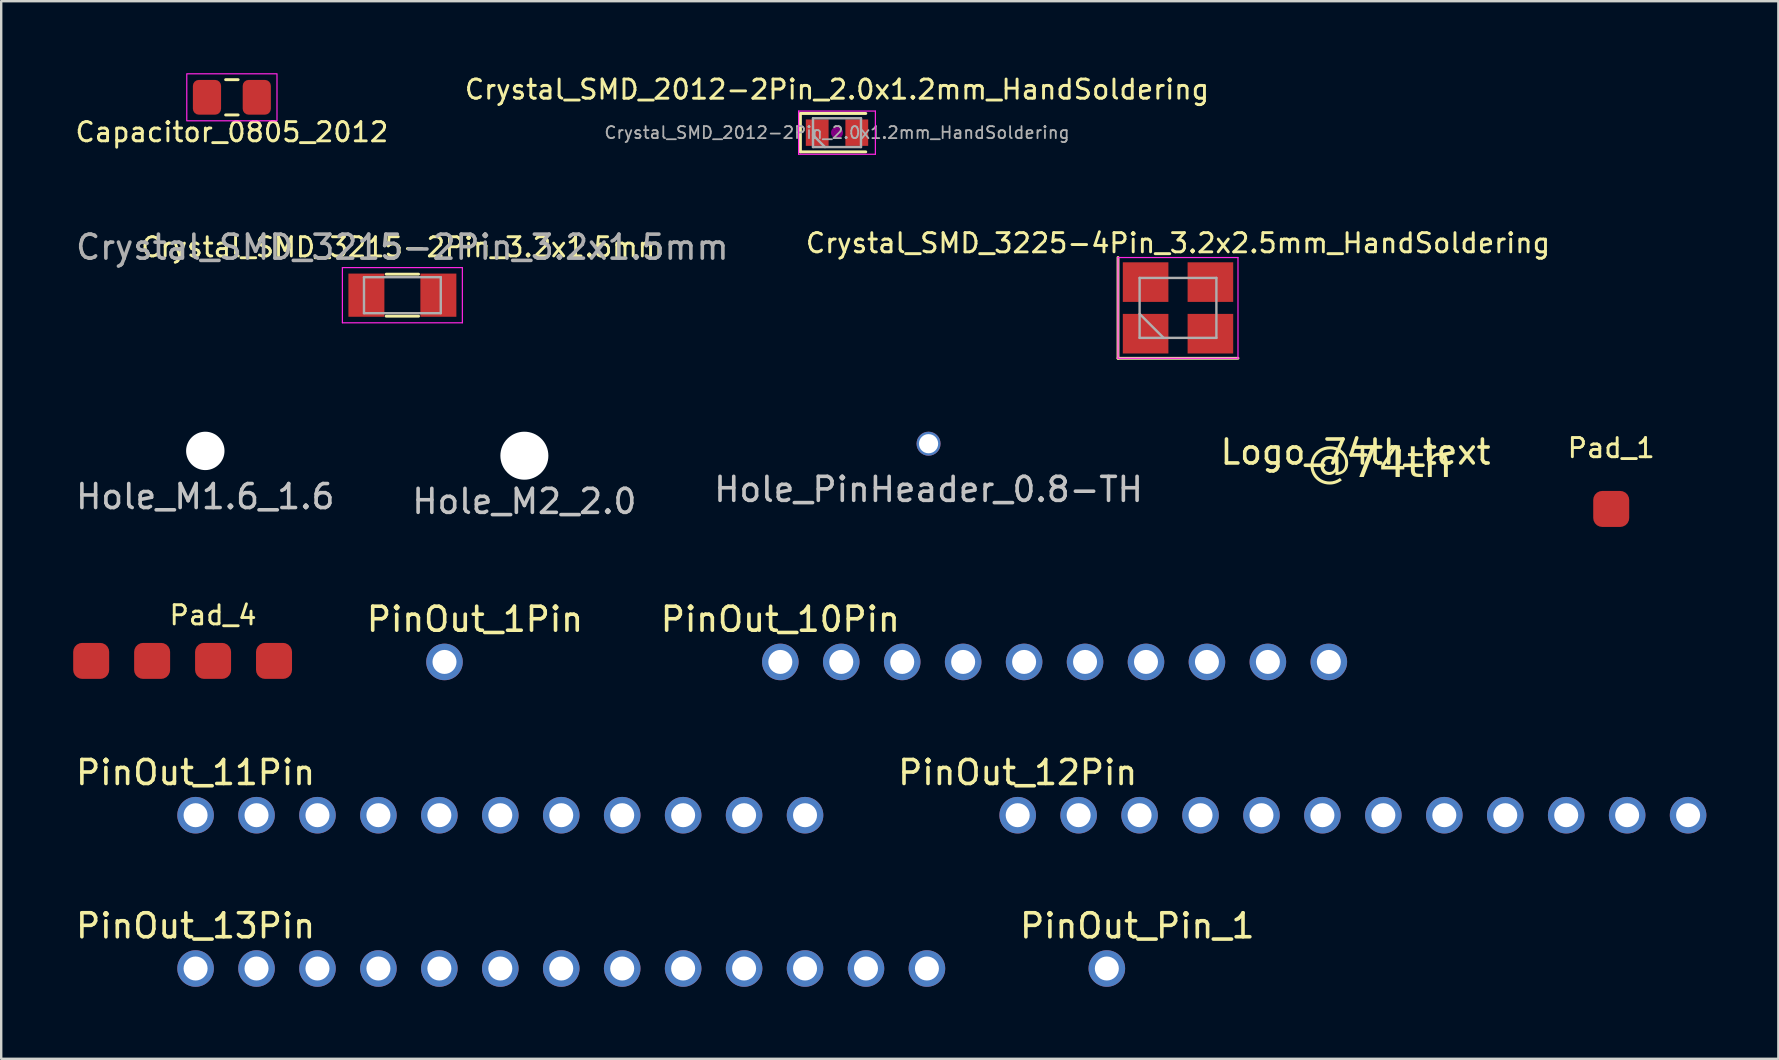
<source format=kicad_pcb>
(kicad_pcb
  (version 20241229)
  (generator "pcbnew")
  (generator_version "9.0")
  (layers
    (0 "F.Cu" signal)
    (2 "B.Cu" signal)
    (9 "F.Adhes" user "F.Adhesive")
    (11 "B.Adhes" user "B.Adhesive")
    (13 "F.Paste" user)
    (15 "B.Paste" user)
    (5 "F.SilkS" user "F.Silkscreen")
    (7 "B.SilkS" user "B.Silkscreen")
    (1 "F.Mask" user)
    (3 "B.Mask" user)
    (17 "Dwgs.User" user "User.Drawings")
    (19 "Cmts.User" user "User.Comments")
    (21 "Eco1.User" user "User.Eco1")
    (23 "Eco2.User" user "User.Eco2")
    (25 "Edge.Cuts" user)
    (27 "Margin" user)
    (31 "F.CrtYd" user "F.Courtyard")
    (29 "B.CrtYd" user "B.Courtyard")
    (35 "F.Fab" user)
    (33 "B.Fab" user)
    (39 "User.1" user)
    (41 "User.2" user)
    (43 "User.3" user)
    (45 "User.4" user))
  (footprint "Hole_M1.6_1.6"
    (layer "F.Cu")
    (at 5.506 15.742)
    (property "Reference" "Hole_M1.6_1.6" (at 0 1.905 0) (layer "Dwgs.User") (effects (font (size 1 1) (thickness 0.15))))
    (attr through_hole)
    (pad "" np_thru_hole circle (at 0 0) (size 1.6 1.6) (drill 1.6) (layers "*.Cu" "*.Mask")))
  (footprint "Crystal_SMD_2012-2Pin_2.0x1.2mm_HandSoldering"
    (layer "F.Cu")
    (at 31.833 2.479)
    (property "Reference" "Crystal_SMD_2012-2Pin_2.0x1.2mm_HandSoldering" (at 0 -1.8 0) (layer "F.SilkS") (effects (font (size 0.8 0.8) (thickness 0.12))))
    (attr smd)
    (fp_line (start -1.524 -0.8) (end -1.524 0.8) (stroke (width 0.12) (type solid)) (layer "F.SilkS"))
    (fp_line (start -1.524 0.8) (end 1.2 0.8) (stroke (width 0.12) (type solid)) (layer "F.SilkS"))
    (fp_line (start 1.2 -0.8) (end -1.524 -0.8) (stroke (width 0.12) (type solid)) (layer "F.SilkS"))
    (fp_circle (center 0 0) (end 0.047 0) (stroke (width 0.093) (type solid)) (fill no) (layer "F.Adhes"))
    (fp_circle (center 0 0) (end 0.107 0) (stroke (width 0.067) (type solid)) (fill no) (layer "F.Adhes"))
    (fp_circle (center 0 0) (end 0.167 0) (stroke (width 0.067) (type solid)) (fill no) (layer "F.Adhes"))
    (fp_circle (center 0 0) (end 0.2 0) (stroke (width 0.1) (type solid)) (fill no) (layer "F.Adhes"))
    (fp_line (start -1.6 -0.9) (end -1.6 0.9) (stroke (width 0.05) (type solid)) (layer "F.CrtYd"))
    (fp_line (start -1.6 0.9) (end 1.6 0.9) (stroke (width 0.05) (type solid)) (layer "F.CrtYd"))
    (fp_line (start 1.6 -0.9) (end -1.6 -0.9) (stroke (width 0.05) (type solid)) (layer "F.CrtYd"))
    (fp_line (start 1.6 0.9) (end 1.6 -0.9) (stroke (width 0.05) (type solid)) (layer "F.CrtYd"))
    (fp_line (start -1 -0.6) (end -1 0.6) (stroke (width 0.1) (type solid)) (layer "F.Fab"))
    (fp_line (start -1 0.1) (end -0.5 0.6) (stroke (width 0.1) (type solid)) (layer "F.Fab"))
    (fp_line (start -1 0.6) (end 1 0.6) (stroke (width 0.1) (type solid)) (layer "F.Fab"))
    (fp_line (start 1 -0.6) (end -1 -0.6) (stroke (width 0.1) (type solid)) (layer "F.Fab"))
    (fp_line (start 1 0.6) (end 1 -0.6) (stroke (width 0.1) (type solid)) (layer "F.Fab"))
    (fp_text user "${REFERENCE}" (at 0 0 0) (layer "F.Fab") (effects (font (size 0.5 0.5) (thickness 0.075))))
    (pad "1" smd rect (at -0.825 0) (size 0.95 1.1) (layers "F.Cu" "F.Mask" "F.Paste"))
    (pad "2" smd rect (at 0.825 0) (size 0.95 1.1) (layers "F.Cu" "F.Mask" "F.Paste")))
  (footprint "Capacitor_0805_2012"
    (layer "F.Cu")
    (at 6.614 1.005)
    (property "Reference" "Capacitor_0805_2012" (at 0 1.45 180) (layer "F.SilkS") (effects (font (size 0.8 0.8) (thickness 0.12))))
    (attr smd)
    (fp_line (start -0.261 -0.735) (end 0.261 -0.735) (stroke (width 0.12) (type solid)) (layer "F.SilkS"))
    (fp_line (start -0.261 0.735) (end 0.261 0.735) (stroke (width 0.12) (type solid)) (layer "F.SilkS"))
    (fp_rect (start -1.88 -0.98) (end 1.88 0.98) (stroke (width 0.05) (type default)) (fill no) (layer "F.CrtYd"))
    (pad "1" smd roundrect (at -1.038 0) (size 1.175 1.45) (layers "F.Cu" "F.Mask" "F.Paste") (roundrect_rratio 0.213))
    (pad "2" smd roundrect (at 1.038 0) (size 1.175 1.45) (layers "F.Cu" "F.Mask" "F.Paste") (roundrect_rratio 0.213)))
  (footprint "Crystal_SMD_3225-4Pin_3.2x2.5mm_HandSoldering"
    (layer "F.Cu")
    (at 46.045 9.782)
    (property "Reference" "Crystal_SMD_3225-4Pin_3.2x2.5mm_HandSoldering" (at 0 -2.7 0) (layer "F.SilkS") (effects (font (size 0.8 0.8) (thickness 0.12))))
    (attr smd)
    (fp_line (start -2.5 -2.1) (end -2.5 2.1) (stroke (width 0.12) (type solid)) (layer "F.SilkS"))
    (fp_line (start -2.5 2.1) (end 2.5 2.1) (stroke (width 0.12) (type solid)) (layer "F.SilkS"))
    (fp_line (start -2.5 -2.1) (end -2.5 2.1) (stroke (width 0.05) (type solid)) (layer "F.CrtYd"))
    (fp_line (start -2.5 2.1) (end 2.5 2.1) (stroke (width 0.05) (type solid)) (layer "F.CrtYd"))
    (fp_line (start 2.5 -2.1) (end -2.5 -2.1) (stroke (width 0.05) (type solid)) (layer "F.CrtYd"))
    (fp_line (start 2.5 2.1) (end 2.5 -2.1) (stroke (width 0.05) (type solid)) (layer "F.CrtYd"))
    (fp_line (start -1.6 -1.25) (end -1.6 1.25) (stroke (width 0.1) (type solid)) (layer "F.Fab"))
    (fp_line (start -1.6 0.25) (end -0.6 1.25) (stroke (width 0.1) (type solid)) (layer "F.Fab"))
    (fp_line (start -1.6 1.25) (end 1.6 1.25) (stroke (width 0.1) (type solid)) (layer "F.Fab"))
    (fp_line (start 1.6 -1.25) (end -1.6 -1.25) (stroke (width 0.1) (type solid)) (layer "F.Fab"))
    (fp_line (start 1.6 1.25) (end 1.6 -1.25) (stroke (width 0.1) (type solid)) (layer "F.Fab"))
    (pad "1" smd rect (at -1.35 1.075) (size 1.9 1.65) (layers "F.Cu" "F.Mask" "F.Paste"))
    (pad "2" smd rect (at 1.35 1.075) (size 1.9 1.65) (layers "F.Cu" "F.Mask" "F.Paste"))
    (pad "3" smd rect (at 1.35 -1.075) (size 1.9 1.65) (layers "F.Cu" "F.Mask" "F.Paste"))
    (pad "4" smd rect (at -1.35 -1.075) (size 1.9 1.65) (layers "F.Cu" "F.Mask" "F.Paste")))
  (footprint "PinOut_1Pin"
    (layer "F.Cu")
    (at 15.475 24.537)
    (property "Reference" "PinOut_1Pin" (at 1.27 -1.778 0) (layer "F.SilkS") (effects (font (size 1 1) (thickness 0.15))))
    (attr through_hole)
    (pad "1" thru_hole circle (at 0 0) (size 1.524 1.524) (drill 1) (layers "*.Cu" "*.Mask")))
  (footprint "PinOut_Pin_1"
    (layer "F.Cu")
    (at 43.079 37.314)
    (property "Reference" "PinOut_Pin_1" (at 1.27 -1.778 0) (layer "F.SilkS") (effects (font (size 1 1) (thickness 0.15))))
    (attr through_hole)
    (pad "1" thru_hole circle (at 0 0) (size 1.524 1.524) (drill 1) (layers "*.Cu" "*.Mask")))
  (footprint "PinOut_10Pin"
    (layer "F.Cu")
    (at 29.471 24.537)
    (property "Reference" "PinOut_10Pin" (at 0 -1.778 0) (layer "F.SilkS") (effects (font (size 1 1) (thickness 0.15))))
    (attr through_hole)
    (pad "1" thru_hole circle (at 0 0) (size 1.524 1.524) (drill 1) (layers "*.Cu" "*.Mask"))
    (pad "2" thru_hole circle (at 2.54 0) (size 1.524 1.524) (drill 1) (layers "*.Cu" "*.Mask"))
    (pad "3" thru_hole circle (at 5.08 0) (size 1.524 1.524) (drill 1) (layers "*.Cu" "*.Mask"))
    (pad "4" thru_hole circle (at 7.62 0) (size 1.524 1.524) (drill 1) (layers "*.Cu" "*.Mask"))
    (pad "5" thru_hole circle (at 10.16 0) (size 1.524 1.524) (drill 1) (layers "*.Cu" "*.Mask"))
    (pad "6" thru_hole circle (at 12.7 0) (size 1.524 1.524) (drill 1) (layers "*.Cu" "*.Mask"))
    (pad "7" thru_hole circle (at 15.24 0 270) (size 1.524 1.524) (drill 1) (layers "*.Cu" "*.Mask"))
    (pad "8" thru_hole circle (at 17.78 0) (size 1.524 1.524) (drill 1) (layers "*.Cu" "*.Mask"))
    (pad "9" thru_hole circle (at 20.32 0) (size 1.524 1.524) (drill 1) (layers "*.Cu" "*.Mask"))
    (pad "10" thru_hole circle (at 22.86 0) (size 1.524 1.524) (drill 1) (layers "*.Cu" "*.Mask")))
  (footprint "PinOut_13Pin"
    (layer "F.Cu")
    (at 5.101 37.314)
    (property "Reference" "PinOut_13Pin" (at 0 -1.778 0) (layer "F.SilkS") (effects (font (size 1 1) (thickness 0.15))))
    (attr through_hole)
    (pad "1" thru_hole circle (at 0 0) (size 1.524 1.524) (drill 1) (layers "*.Cu" "*.Mask"))
    (pad "2" thru_hole circle (at 2.54 0) (size 1.524 1.524) (drill 1) (layers "*.Cu" "*.Mask"))
    (pad "3" thru_hole circle (at 5.08 0) (size 1.524 1.524) (drill 1) (layers "*.Cu" "*.Mask"))
    (pad "4" thru_hole circle (at 7.62 0) (size 1.524 1.524) (drill 1) (layers "*.Cu" "*.Mask"))
    (pad "5" thru_hole circle (at 10.16 0) (size 1.524 1.524) (drill 1) (layers "*.Cu" "*.Mask"))
    (pad "6" thru_hole circle (at 12.7 0) (size 1.524 1.524) (drill 1) (layers "*.Cu" "*.Mask"))
    (pad "7" thru_hole circle (at 15.24 0 270) (size 1.524 1.524) (drill 1) (layers "*.Cu" "*.Mask"))
    (pad "8" thru_hole circle (at 17.78 0) (size 1.524 1.524) (drill 1) (layers "*.Cu" "*.Mask"))
    (pad "9" thru_hole circle (at 20.32 0) (size 1.524 1.524) (drill 1) (layers "*.Cu" "*.Mask"))
    (pad "10" thru_hole circle (at 22.86 0) (size 1.524 1.524) (drill 1) (layers "*.Cu" "*.Mask"))
    (pad "11" thru_hole circle (at 25.4 0) (size 1.524 1.524) (drill 1) (layers "*.Cu" "*.Mask"))
    (pad "12" thru_hole circle (at 27.94 0) (size 1.524 1.524) (drill 1) (layers "*.Cu" "*.Mask"))
    (pad "13" thru_hole circle (at 30.48 0) (size 1.524 1.524) (drill 1) (layers "*.Cu" "*.Mask")))
  (footprint "Crystal_SMD_3215-2Pin_3.2x1.5mm"
    (layer "F.Cu")
    (at 13.72 9.252)
    (property "Reference" "Crystal_SMD_3215-2Pin_3.2x1.5mm" (at 0 -2 0) (layer "F.SilkS") (effects (font (size 0.8 0.8) (thickness 0.12))))
    (attr smd)
    (fp_line (start -0.675 -0.875) (end 0.675 -0.875) (stroke (width 0.12) (type solid)) (layer "F.SilkS"))
    (fp_line (start -0.675 0.875) (end 0.675 0.875) (stroke (width 0.12) (type solid)) (layer "F.SilkS"))
    (fp_line (start -2.5 -1.15) (end -2.5 1.15) (stroke (width 0.05) (type solid)) (layer "F.CrtYd"))
    (fp_line (start -2.5 -1.15) (end 2.5 -1.15) (stroke (width 0.05) (type solid)) (layer "F.CrtYd"))
    (fp_line (start -2.5 1.15) (end 2.5 1.15) (stroke (width 0.05) (type solid)) (layer "F.CrtYd"))
    (fp_line (start 2.5 -1.15) (end 2.5 1.15) (stroke (width 0.05) (type solid)) (layer "F.CrtYd"))
    (fp_line (start -1.6 -0.75) (end -1.6 0.75) (stroke (width 0.1) (type solid)) (layer "F.Fab"))
    (fp_line (start -1.6 -0.75) (end 1.6 -0.75) (stroke (width 0.1) (type solid)) (layer "F.Fab"))
    (fp_line (start -1.6 0.75) (end 1.6 0.75) (stroke (width 0.1) (type solid)) (layer "F.Fab"))
    (fp_line (start 1.6 -0.75) (end 1.6 0.75) (stroke (width 0.1) (type solid)) (layer "F.Fab"))
    (fp_text user "${REFERENCE}" (at 0 -2 0) (layer "F.Fab") (effects (font (size 1 1) (thickness 0.15))))
    (pad "1" smd rect (at 1.5 0) (size 1.5 1.8) (layers "F.Cu" "F.Mask" "F.Paste"))
    (pad "2" smd rect (at -1.5 0) (size 1.5 1.8) (layers "F.Cu" "F.Mask" "F.Paste")))
  (footprint "Hole_M2_2.0"
    (layer "F.Cu")
    (at 18.804 15.942)
    (property "Reference" "Hole_M2_2.0" (at 0 1.905 0) (layer "Dwgs.User") (effects (font (size 1 1) (thickness 0.15))))
    (attr through_hole)
    (pad "" np_thru_hole circle (at 0 0) (size 2 2) (drill 2) (layers "*.Cu" "*.Mask")))
  (footprint "Hole_PinHeader_0.8-TH"
    (layer "F.Cu")
    (at 35.649 15.442)
    (property "Reference" "Hole_PinHeader_0.8-TH" (at 0 1.905 0) (layer "Dwgs.User") (effects (font (size 1 1) (thickness 0.15))))
    (attr through_hole)
    (pad "" thru_hole circle (at 0 0 270) (size 1 1) (drill 0.8) (layers "*.Cu" "*.Mask")))
  (footprint "PinOut_11Pin"
    (layer "F.Cu")
    (at 5.101 30.925)
    (property "Reference" "PinOut_11Pin" (at 0 -1.778 0) (layer "F.SilkS") (effects (font (size 1 1) (thickness 0.15))))
    (attr through_hole)
    (pad "1" thru_hole circle (at 0 0) (size 1.524 1.524) (drill 1) (layers "*.Cu" "*.Mask"))
    (pad "2" thru_hole circle (at 2.54 0) (size 1.524 1.524) (drill 1) (layers "*.Cu" "*.Mask"))
    (pad "3" thru_hole circle (at 5.08 0) (size 1.524 1.524) (drill 1) (layers "*.Cu" "*.Mask"))
    (pad "4" thru_hole circle (at 7.62 0) (size 1.524 1.524) (drill 1) (layers "*.Cu" "*.Mask"))
    (pad "5" thru_hole circle (at 10.16 0) (size 1.524 1.524) (drill 1) (layers "*.Cu" "*.Mask"))
    (pad "6" thru_hole circle (at 12.7 0) (size 1.524 1.524) (drill 1) (layers "*.Cu" "*.Mask"))
    (pad "7" thru_hole circle (at 15.24 0 270) (size 1.524 1.524) (drill 1) (layers "*.Cu" "*.Mask"))
    (pad "8" thru_hole circle (at 17.78 0) (size 1.524 1.524) (drill 1) (layers "*.Cu" "*.Mask"))
    (pad "9" thru_hole circle (at 20.32 0) (size 1.524 1.524) (drill 1) (layers "*.Cu" "*.Mask"))
    (pad "10" thru_hole circle (at 22.86 0) (size 1.524 1.524) (drill 1) (layers "*.Cu" "*.Mask"))
    (pad "11" thru_hole circle (at 25.4 0) (size 1.524 1.524) (drill 1) (layers "*.Cu" "*.Mask")))
  (footprint "Logo_74th_text"
    (layer "F.Cu")
    (at 53.446 16.29)
    (property "Reference" "Logo_74th_text" (at 0 -0.5 0) (unlocked yes) (layer "F.SilkS") (effects (font (size 1 1) (thickness 0.15))))
    (attr smd)
    (fp_text user "@74th" (at 1 0 0) (unlocked yes) (layer "F.SilkS") (effects (font (face "Montserrat Medium") (size 1.3 1.3) (thickness 0.188)))))
  (footprint "Pad_1"
    (layer "F.Cu")
    (at 64.1 18.161)
    (property "Reference" "Pad_1" (at 0 -2.54 0) (layer "F.SilkS") (effects (font (size 0.8 0.8) (thickness 0.12))))
    (attr smd)
    (pad "1" smd roundrect (at 0 0) (size 1.5 1.5) (layers "F.Cu" "F.Mask" "F.Paste") (roundrect_rratio 0.25)))
  (footprint "Pad_4"
    (layer "F.Cu")
    (at 0.75 24.494)
    (property "Reference" "Pad_4" (at 5.08 -1.905 0) (unlocked yes) (layer "F.SilkS") (effects (font (size 0.8 0.8) (thickness 0.12))))
    (attr smd)
    (pad "1" smd roundrect (at 0 0) (size 1.5 1.5) (layers "F.Cu" "F.Mask" "F.Paste") (roundrect_rratio 0.25))
    (pad "2" smd roundrect (at 2.54 0) (size 1.5 1.5) (layers "F.Cu" "F.Mask" "F.Paste") (roundrect_rratio 0.25))
    (pad "3" smd roundrect (at 5.08 0) (size 1.5 1.5) (layers "F.Cu" "F.Mask" "F.Paste") (roundrect_rratio 0.25))
    (pad "4" smd roundrect (at 7.62 0) (size 1.5 1.5) (layers "F.Cu" "F.Mask" "F.Paste") (roundrect_rratio 0.25)))
  (footprint "PinOut_12Pin"
    (layer "F.Cu")
    (at 39.364 30.925)
    (property "Reference" "PinOut_12Pin" (at 0 -1.778 0) (layer "F.SilkS") (effects (font (size 1 1) (thickness 0.15))))
    (attr through_hole)
    (pad "1" thru_hole circle (at 0 0) (size 1.524 1.524) (drill 1) (layers "*.Cu" "*.Mask"))
    (pad "2" thru_hole circle (at 2.54 0) (size 1.524 1.524) (drill 1) (layers "*.Cu" "*.Mask"))
    (pad "3" thru_hole circle (at 5.08 0) (size 1.524 1.524) (drill 1) (layers "*.Cu" "*.Mask"))
    (pad "4" thru_hole circle (at 7.62 0) (size 1.524 1.524) (drill 1) (layers "*.Cu" "*.Mask"))
    (pad "5" thru_hole circle (at 10.16 0) (size 1.524 1.524) (drill 1) (layers "*.Cu" "*.Mask"))
    (pad "6" thru_hole circle (at 12.7 0) (size 1.524 1.524) (drill 1) (layers "*.Cu" "*.Mask"))
    (pad "7" thru_hole circle (at 15.24 0 270) (size 1.524 1.524) (drill 1) (layers "*.Cu" "*.Mask"))
    (pad "8" thru_hole circle (at 17.78 0) (size 1.524 1.524) (drill 1) (layers "*.Cu" "*.Mask"))
    (pad "9" thru_hole circle (at 20.32 0) (size 1.524 1.524) (drill 1) (layers "*.Cu" "*.Mask"))
    (pad "10" thru_hole circle (at 22.86 0) (size 1.524 1.524) (drill 1) (layers "*.Cu" "*.Mask"))
    (pad "11" thru_hole circle (at 25.4 0) (size 1.524 1.524) (drill 1) (layers "*.Cu" "*.Mask"))
    (pad "12" thru_hole circle (at 27.94 0) (size 1.524 1.524) (drill 1) (layers "*.Cu" "*.Mask")))
  (gr_rect
    (start -3 -3)
    (end 71.066 41.076)
    (stroke (width 0.1) (type default))
    (fill no)
    (layer "Edge.Cuts")))
</source>
